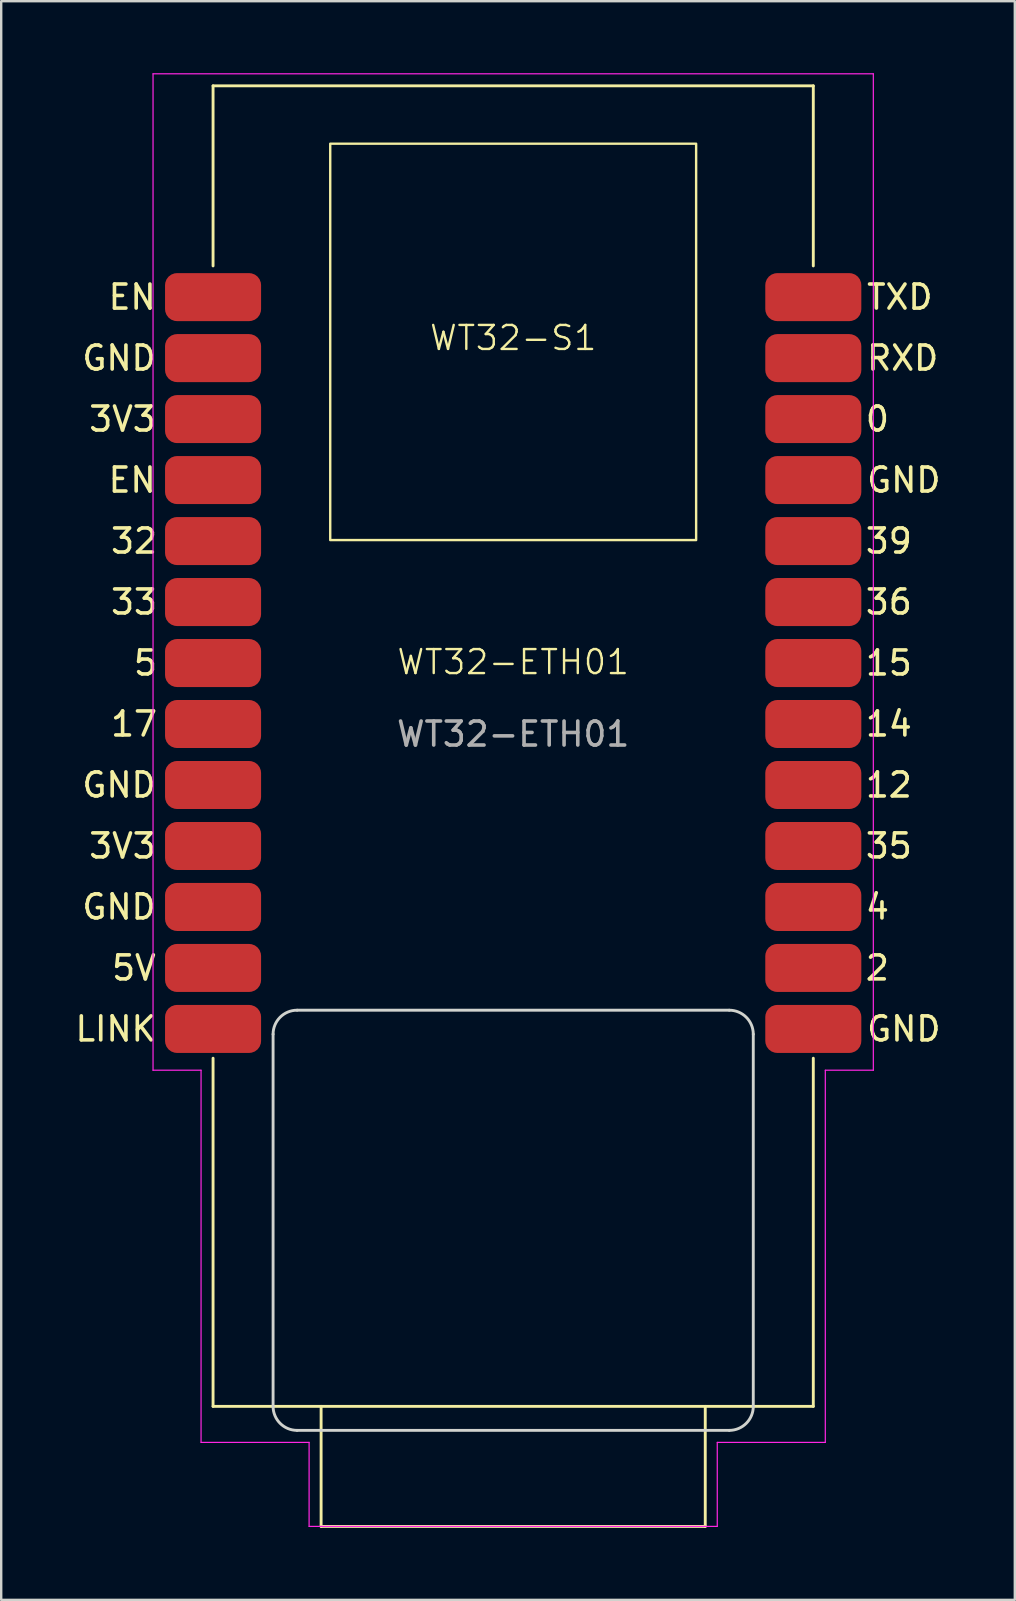
<source format=kicad_pcb>
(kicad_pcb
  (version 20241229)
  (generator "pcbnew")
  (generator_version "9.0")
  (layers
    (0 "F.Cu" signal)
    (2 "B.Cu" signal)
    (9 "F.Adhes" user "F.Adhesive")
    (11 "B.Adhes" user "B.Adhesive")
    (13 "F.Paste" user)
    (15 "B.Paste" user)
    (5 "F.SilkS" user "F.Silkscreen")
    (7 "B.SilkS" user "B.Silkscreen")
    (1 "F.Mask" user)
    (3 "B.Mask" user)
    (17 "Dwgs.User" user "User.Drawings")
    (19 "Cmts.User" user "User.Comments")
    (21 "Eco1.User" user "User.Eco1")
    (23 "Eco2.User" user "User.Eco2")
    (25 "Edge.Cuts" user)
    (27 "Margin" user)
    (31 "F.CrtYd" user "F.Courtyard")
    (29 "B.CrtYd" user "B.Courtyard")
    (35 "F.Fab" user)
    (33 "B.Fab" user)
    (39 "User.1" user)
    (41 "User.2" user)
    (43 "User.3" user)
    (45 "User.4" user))
  (footprint "WT32-ETH01"
    (layer "F.Cu")
    (at 18.324 24.525)
    (property "Reference" "WT32-ETH01" (at 0 0 0) (unlocked yes) (layer "F.SilkS") (effects (font (size 1 1) (thickness 0.1))))
    (attr through_hole)
    (fp_line (start -12.5 -24) (end -12.5 -16.5) (stroke (width 0.12) (type default)) (layer "F.SilkS"))
    (fp_line (start -12.5 -24) (end 12.5 -24) (stroke (width 0.12) (type default)) (layer "F.SilkS"))
    (fp_line (start -12.5 31) (end -12.5 16.5) (stroke (width 0.12) (type default)) (layer "F.SilkS"))
    (fp_line (start -8 36) (end -8 31) (stroke (width 0.12) (type default)) (layer "F.SilkS"))
    (fp_line (start 8 31) (end 8 36) (stroke (width 0.12) (type default)) (layer "F.SilkS"))
    (fp_line (start 8 36) (end -8 36) (stroke (width 0.12) (type default)) (layer "F.SilkS"))
    (fp_line (start 12.5 -24) (end 12.5 -16.5) (stroke (width 0.12) (type default)) (layer "F.SilkS"))
    (fp_line (start 12.5 31) (end -12.5 31) (stroke (width 0.12) (type default)) (layer "F.SilkS"))
    (fp_line (start 12.5 31) (end 12.5 16.5) (stroke (width 0.12) (type default)) (layer "F.SilkS"))
    (fp_rect (start -7.62 -21.59) (end 7.62 -5.08) (stroke (width 0.1) (type default)) (fill no) (layer "F.SilkS"))
    (fp_line (start -10 31) (end -10 15.5) (stroke (width 0.12) (type default)) (layer "Edge.Cuts"))
    (fp_line (start -9 14.5) (end 9 14.5) (stroke (width 0.12) (type default)) (layer "Edge.Cuts"))
    (fp_line (start 9 32) (end -9 32) (stroke (width 0.12) (type default)) (layer "Edge.Cuts"))
    (fp_line (start 10 15.5) (end 10 31) (stroke (width 0.12) (type default)) (layer "Edge.Cuts"))
    (fp_arc (start -10 15.5) (mid -9.707107 14.792893) (end -9 14.5) (stroke (width 0.12) (type default)) (layer "Edge.Cuts"))
    (fp_arc (start -9 32) (mid -9.707107 31.707107) (end -10 31) (stroke (width 0.12) (type default)) (layer "Edge.Cuts"))
    (fp_arc (start 9 14.5) (mid 9.707107 14.792893) (end 10 15.5) (stroke (width 0.12) (type default)) (layer "Edge.Cuts"))
    (fp_arc (start 10 31) (mid 9.707107 31.707107) (end 9 32) (stroke (width 0.12) (type default)) (layer "Edge.Cuts"))
    (fp_line (start -15 -24.5) (end -15 17) (stroke (width 0.05) (type default)) (layer "F.CrtYd"))
    (fp_line (start -15 17) (end -13 17) (stroke (width 0.05) (type default)) (layer "F.CrtYd"))
    (fp_line (start -13 17) (end -13 32.5) (stroke (width 0.05) (type default)) (layer "F.CrtYd"))
    (fp_line (start -13 32.5) (end -8.5 32.5) (stroke (width 0.05) (type default)) (layer "F.CrtYd"))
    (fp_line (start -8.5 32.5) (end -8.5 36) (stroke (width 0.05) (type default)) (layer "F.CrtYd"))
    (fp_line (start -8.5 36) (end 8.5 36) (stroke (width 0.05) (type default)) (layer "F.CrtYd"))
    (fp_line (start 8.5 32.5) (end 13 32.5) (stroke (width 0.05) (type default)) (layer "F.CrtYd"))
    (fp_line (start 8.5 36) (end 8.5 32.5) (stroke (width 0.05) (type default)) (layer "F.CrtYd"))
    (fp_line (start 13 17) (end 13 32.5) (stroke (width 0.05) (type default)) (layer "F.CrtYd"))
    (fp_line (start 15 -24.5) (end -15 -24.5) (stroke (width 0.05) (type default)) (layer "F.CrtYd"))
    (fp_line (start 15 17) (end 13 17) (stroke (width 0.05) (type default)) (layer "F.CrtYd"))
    (fp_line (start 15 17) (end 15 -24.5) (stroke (width 0.05) (type default)) (layer "F.CrtYd"))
    (fp_text user "WT32-S1" (at 0 -13.5 0) (unlocked yes) (layer "F.SilkS") (effects (font (size 1 1) (thickness 0.1))))
    (fp_text user "4" (at 14.595 10.2 0) (unlocked yes) (layer "F.SilkS") (effects (font (size 1 1) (thickness 0.15) (bold yes)) (justify left)))
    (fp_text user "GND" (at -18.038 10.2 0) (unlocked yes) (layer "F.SilkS") (effects (font (size 1 1) (thickness 0.15) (bold yes)) (justify left)))
    (fp_text user "14" (at 14.595 2.58 0) (unlocked yes) (layer "F.SilkS") (effects (font (size 1 1) (thickness 0.15) (bold yes)) (justify left)))
    (fp_text user "RXD" (at 17.798 -12.66 0) (unlocked yes) (layer "F.SilkS") (effects (font (size 1 1) (thickness 0.15) (bold yes)) (justify right)))
    (fp_text user "17" (at -14.74 2.58 0) (unlocked yes) (layer "F.SilkS") (effects (font (size 1 1) (thickness 0.15) (bold yes)) (justify right)))
    (fp_text user "EN" (at -16.943 -7.58 0) (unlocked yes) (layer "F.SilkS") (effects (font (size 1 1) (thickness 0.15) (bold yes)) (justify left)))
    (fp_text user "TXD" (at 17.56 -15.2 0) (unlocked yes) (layer "F.SilkS") (effects (font (size 1 1) (thickness 0.15) (bold yes)) (justify right)))
    (fp_text user "2" (at 14.595 12.74 0) (unlocked yes) (layer "F.SilkS") (effects (font (size 1 1) (thickness 0.15) (bold yes)) (justify left)))
    (fp_text user "3V3" (at -17.752 -10.12 0) (unlocked yes) (layer "F.SilkS") (effects (font (size 1 1) (thickness 0.15) (bold yes)) (justify left)))
    (fp_text user "36" (at 14.595 -2.5 0) (unlocked yes) (layer "F.SilkS") (effects (font (size 1 1) (thickness 0.15) (bold yes)) (justify left)))
    (fp_text user "5" (at -14.74 0.04 0) (unlocked yes) (layer "F.SilkS") (effects (font (size 1 1) (thickness 0.15) (bold yes)) (justify right)))
    (fp_text user "39" (at 14.595 -5.04 0) (unlocked yes) (layer "F.SilkS") (effects (font (size 1 1) (thickness 0.15) (bold yes)) (justify left)))
    (fp_text user "33" (at -14.74 -2.5 0) (unlocked yes) (layer "F.SilkS") (effects (font (size 1 1) (thickness 0.15) (bold yes)) (justify right)))
    (fp_text user "12" (at 14.595 5.12 0) (unlocked yes) (layer "F.SilkS") (effects (font (size 1 1) (thickness 0.15) (bold yes)) (justify left)))
    (fp_text user "0" (at 14.595 -10.12 0) (unlocked yes) (layer "F.SilkS") (effects (font (size 1 1) (thickness 0.15) (bold yes)) (justify left)))
    (fp_text user "35" (at 14.595 7.66 0) (unlocked yes) (layer "F.SilkS") (effects (font (size 1 1) (thickness 0.15) (bold yes)) (justify left)))
    (fp_text user "LINK" (at -18.324 15.28 0) (unlocked yes) (layer "F.SilkS") (effects (font (size 1 1) (thickness 0.15) (bold yes)) (justify left)))
    (fp_text user "GND" (at 17.893 -7.58 0) (unlocked yes) (layer "F.SilkS") (effects (font (size 1 1) (thickness 0.15) (bold yes)) (justify right)))
    (fp_text user "GND" (at 17.893 15.28 0) (unlocked yes) (layer "F.SilkS") (effects (font (size 1 1) (thickness 0.15) (bold yes)) (justify right)))
    (fp_text user "3V3" (at -17.752 7.66 0) (unlocked yes) (layer "F.SilkS") (effects (font (size 1 1) (thickness 0.15) (bold yes)) (justify left)))
    (fp_text user "GND" (at -18.038 5.12 0) (unlocked yes) (layer "F.SilkS") (effects (font (size 1 1) (thickness 0.15) (bold yes)) (justify left)))
    (fp_text user "15" (at 14.595 0.04 0) (unlocked yes) (layer "F.SilkS") (effects (font (size 1 1) (thickness 0.15) (bold yes)) (justify left)))
    (fp_text user "GND" (at -18.038 -12.66 0) (unlocked yes) (layer "F.SilkS") (effects (font (size 1 1) (thickness 0.15) (bold yes)) (justify left)))
    (fp_text user "32" (at -14.74 -5.04 0) (unlocked yes) (layer "F.SilkS") (effects (font (size 1 1) (thickness 0.15) (bold yes)) (justify right)))
    (fp_text user "5V" (at -16.8 12.74 0) (unlocked yes) (layer "F.SilkS") (effects (font (size 1 1) (thickness 0.15) (bold yes)) (justify left)))
    (fp_text user "EN" (at -16.943 -15.2 0) (unlocked yes) (layer "F.SilkS") (effects (font (size 1 1) (thickness 0.15) (bold yes)) (justify left)))
    (fp_text user "${REFERENCE}" (at 0 3 0) (unlocked yes) (layer "F.Fab") (effects (font (size 1 1) (thickness 0.15))))
    (pad "1" smd roundrect (at -12.5 -15.2) (size 4 2) (layers "F.Cu" "F.Mask" "F.Paste") (roundrect_rratio 0.25))
    (pad "2" smd roundrect (at -12.5 -12.66) (size 4 2) (layers "F.Cu" "F.Mask" "F.Paste") (roundrect_rratio 0.25))
    (pad "3" smd roundrect (at -12.5 -10.12) (size 4 2) (layers "F.Cu" "F.Mask" "F.Paste") (roundrect_rratio 0.25))
    (pad "4" smd roundrect (at -12.5 -7.58) (size 4 2) (layers "F.Cu" "F.Mask" "F.Paste") (roundrect_rratio 0.25))
    (pad "5" smd roundrect (at -12.5 -5.04) (size 4 2) (layers "F.Cu" "F.Mask" "F.Paste") (roundrect_rratio 0.25))
    (pad "6" smd roundrect (at -12.5 -2.5) (size 4 2) (layers "F.Cu" "F.Mask" "F.Paste") (roundrect_rratio 0.25))
    (pad "7" smd roundrect (at -12.5 0.04) (size 4 2) (layers "F.Cu" "F.Mask" "F.Paste") (roundrect_rratio 0.25))
    (pad "8" smd roundrect (at -12.5 2.58) (size 4 2) (layers "F.Cu" "F.Mask" "F.Paste") (roundrect_rratio 0.25))
    (pad "9" smd roundrect (at -12.5 5.12) (size 4 2) (layers "F.Cu" "F.Mask" "F.Paste") (roundrect_rratio 0.25))
    (pad "10" smd roundrect (at -12.5 7.66) (size 4 2) (layers "F.Cu" "F.Mask" "F.Paste") (roundrect_rratio 0.25))
    (pad "11" smd roundrect (at -12.5 10.2) (size 4 2) (layers "F.Cu" "F.Mask" "F.Paste") (roundrect_rratio 0.25))
    (pad "12" smd roundrect (at -12.5 12.74) (size 4 2) (layers "F.Cu" "F.Mask" "F.Paste") (roundrect_rratio 0.25))
    (pad "13" smd roundrect (at -12.5 15.28) (size 4 2) (layers "F.Cu" "F.Mask" "F.Paste") (roundrect_rratio 0.25))
    (pad "14" smd roundrect (at 12.5 15.28) (size 4 2) (layers "F.Cu" "F.Mask" "F.Paste") (roundrect_rratio 0.25))
    (pad "15" smd roundrect (at 12.5 12.74) (size 4 2) (layers "F.Cu" "F.Mask" "F.Paste") (roundrect_rratio 0.25))
    (pad "16" smd roundrect (at 12.5 10.2) (size 4 2) (layers "F.Cu" "F.Mask" "F.Paste") (roundrect_rratio 0.25))
    (pad "17" smd roundrect (at 12.5 7.66) (size 4 2) (layers "F.Cu" "F.Mask" "F.Paste") (roundrect_rratio 0.25))
    (pad "18" smd roundrect (at 12.5 5.12) (size 4 2) (layers "F.Cu" "F.Mask" "F.Paste") (roundrect_rratio 0.25))
    (pad "19" smd roundrect (at 12.5 2.58) (size 4 2) (layers "F.Cu" "F.Mask" "F.Paste") (roundrect_rratio 0.25))
    (pad "20" smd roundrect (at 12.5 0.04) (size 4 2) (layers "F.Cu" "F.Mask" "F.Paste") (roundrect_rratio 0.25))
    (pad "21" smd roundrect (at 12.5 -2.5) (size 4 2) (layers "F.Cu" "F.Mask" "F.Paste") (roundrect_rratio 0.25))
    (pad "22" smd roundrect (at 12.5 -5.04) (size 4 2) (layers "F.Cu" "F.Mask" "F.Paste") (roundrect_rratio 0.25))
    (pad "23" smd roundrect (at 12.5 -7.58) (size 4 2) (layers "F.Cu" "F.Mask" "F.Paste") (roundrect_rratio 0.25))
    (pad "24" smd roundrect (at 12.5 -10.12) (size 4 2) (layers "F.Cu" "F.Mask" "F.Paste") (roundrect_rratio 0.25))
    (pad "25" smd roundrect (at 12.5 -12.66) (size 4 2) (layers "F.Cu" "F.Mask" "F.Paste") (roundrect_rratio 0.25))
    (pad "26" smd roundrect (at 12.5 -15.2) (size 4 2) (layers "F.Cu" "F.Mask" "F.Paste") (roundrect_rratio 0.25))
    (zone (net_name "") (layers "F.Cu" "B.Cu" "F.SilkS" "B.SilkS") (hatch edge 0.5) (connect_pads) (min_thickness 0.25) (filled_areas_thickness no) (keepout (tracks not_allowed) (vias not_allowed) (pads not_allowed) (copperpour not_allowed) (footprints not_allowed)) (placement (enabled no)) (fill) (polygon (pts (xy 4.324 0.025) (xy 32.324 0.025) (xy 32.324 7.525) (xy 4.324 7.525)))))
  (gr_rect
    (start -3 -3)
    (end 39.217 63.585)
    (stroke (width 0.1) (type default))
    (fill no)
    (layer "Edge.Cuts")))
</source>
